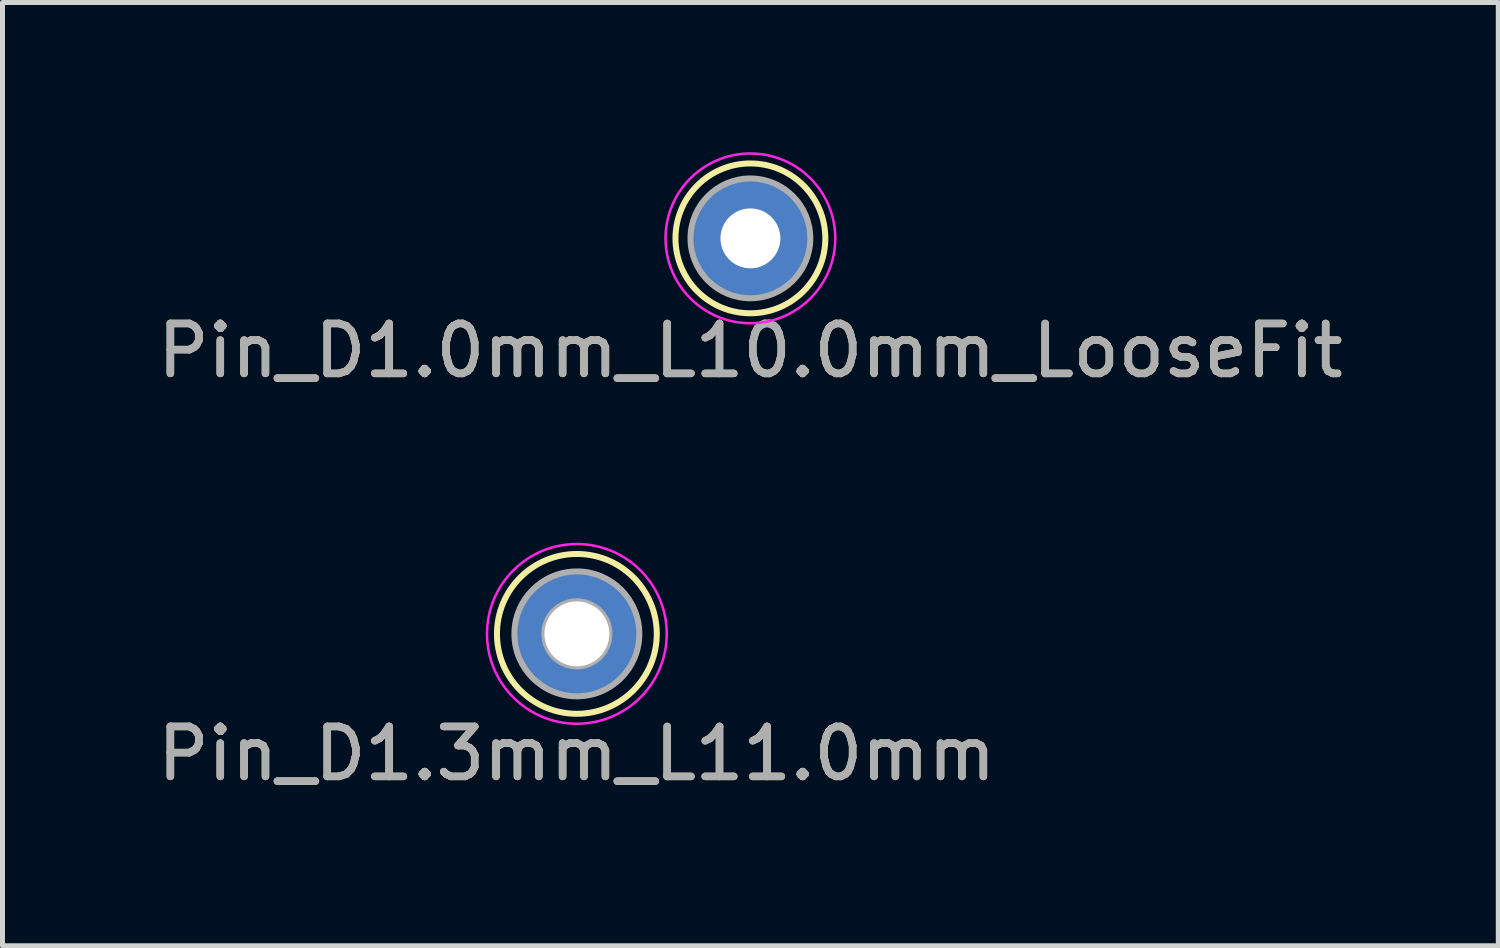
<source format=kicad_pcb>
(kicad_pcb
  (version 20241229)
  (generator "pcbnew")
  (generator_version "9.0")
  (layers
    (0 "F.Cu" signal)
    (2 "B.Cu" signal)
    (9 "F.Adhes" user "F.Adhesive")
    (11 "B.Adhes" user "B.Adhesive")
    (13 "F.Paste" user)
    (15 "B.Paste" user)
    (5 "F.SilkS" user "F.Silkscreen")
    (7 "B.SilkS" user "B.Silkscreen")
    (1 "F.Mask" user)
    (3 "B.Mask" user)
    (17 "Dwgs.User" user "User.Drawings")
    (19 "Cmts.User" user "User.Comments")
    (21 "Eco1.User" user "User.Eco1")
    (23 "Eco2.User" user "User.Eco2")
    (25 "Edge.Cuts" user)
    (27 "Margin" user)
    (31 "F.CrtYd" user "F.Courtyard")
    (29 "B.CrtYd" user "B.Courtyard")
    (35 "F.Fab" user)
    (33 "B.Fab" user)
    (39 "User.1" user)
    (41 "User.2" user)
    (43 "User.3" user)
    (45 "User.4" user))
  (footprint "Pin_D1.3mm_L11.0mm"
    (layer "F.Cu")
    (at 8.506 9.648)
    (property "Reference" "Pin_D1.3mm_L11.0mm" (at 0 2.4 0) (layer "F.SilkS") (effects (font (size 1 1) (thickness 0.15))))
    (attr through_hole)
    (fp_circle (center 0 0) (end 1.6 0.05) (stroke (width 0.12) (type solid)) (fill no) (layer "F.SilkS"))
    (fp_circle (center 0 0) (end 1.8 0) (stroke (width 0.05) (type solid)) (fill no) (layer "F.CrtYd"))
    (fp_circle (center 0 0) (end 0.65 -0.05) (stroke (width 0.12) (type solid)) (fill no) (layer "F.Fab"))
    (fp_circle (center 0 0) (end 1.25 -0.05) (stroke (width 0.12) (type solid)) (fill no) (layer "F.Fab"))
    (fp_text user "${REFERENCE}" (at 0 2.4 0) (layer "F.Fab") (effects (font (size 1 1) (thickness 0.15))))
    (pad "1" thru_hole circle (at 0 0) (size 2.6 2.6) (drill 1.3) (layers "*.Cu" "*.Mask")))
  (footprint "Pin_D1.0mm_L10.0mm_LooseFit"
    (layer "F.Cu")
    (at 11.982 1.725)
    (property "Reference" "Pin_D1.0mm_L10.0mm_LooseFit" (at 0 2.25 0) (layer "F.SilkS") (effects (font (size 1 1) (thickness 0.15))))
    (attr through_hole)
    (fp_circle (center 0 0) (end 1.5 0.05) (stroke (width 0.12) (type solid)) (fill no) (layer "F.SilkS"))
    (fp_circle (center 0 0) (end 1.7 0) (stroke (width 0.05) (type solid)) (fill no) (layer "F.CrtYd"))
    (fp_circle (center 0 0) (end 0.5 0) (stroke (width 0.12) (type solid)) (fill no) (layer "F.Fab"))
    (fp_circle (center 0 0) (end 1.2 0) (stroke (width 0.12) (type solid)) (fill no) (layer "F.Fab"))
    (fp_text user "${REFERENCE}" (at 0 2.25 0) (layer "F.Fab") (effects (font (size 1 1) (thickness 0.15))))
    (pad "1" thru_hole circle (at 0 0) (size 2.4 2.4) (drill 1.2) (layers "*.Cu" "*.Mask")))
  (gr_rect
    (start -3 -3)
    (end 26.964 15.896)
    (stroke (width 0.1) (type default))
    (fill no)
    (layer "Edge.Cuts")))
</source>
